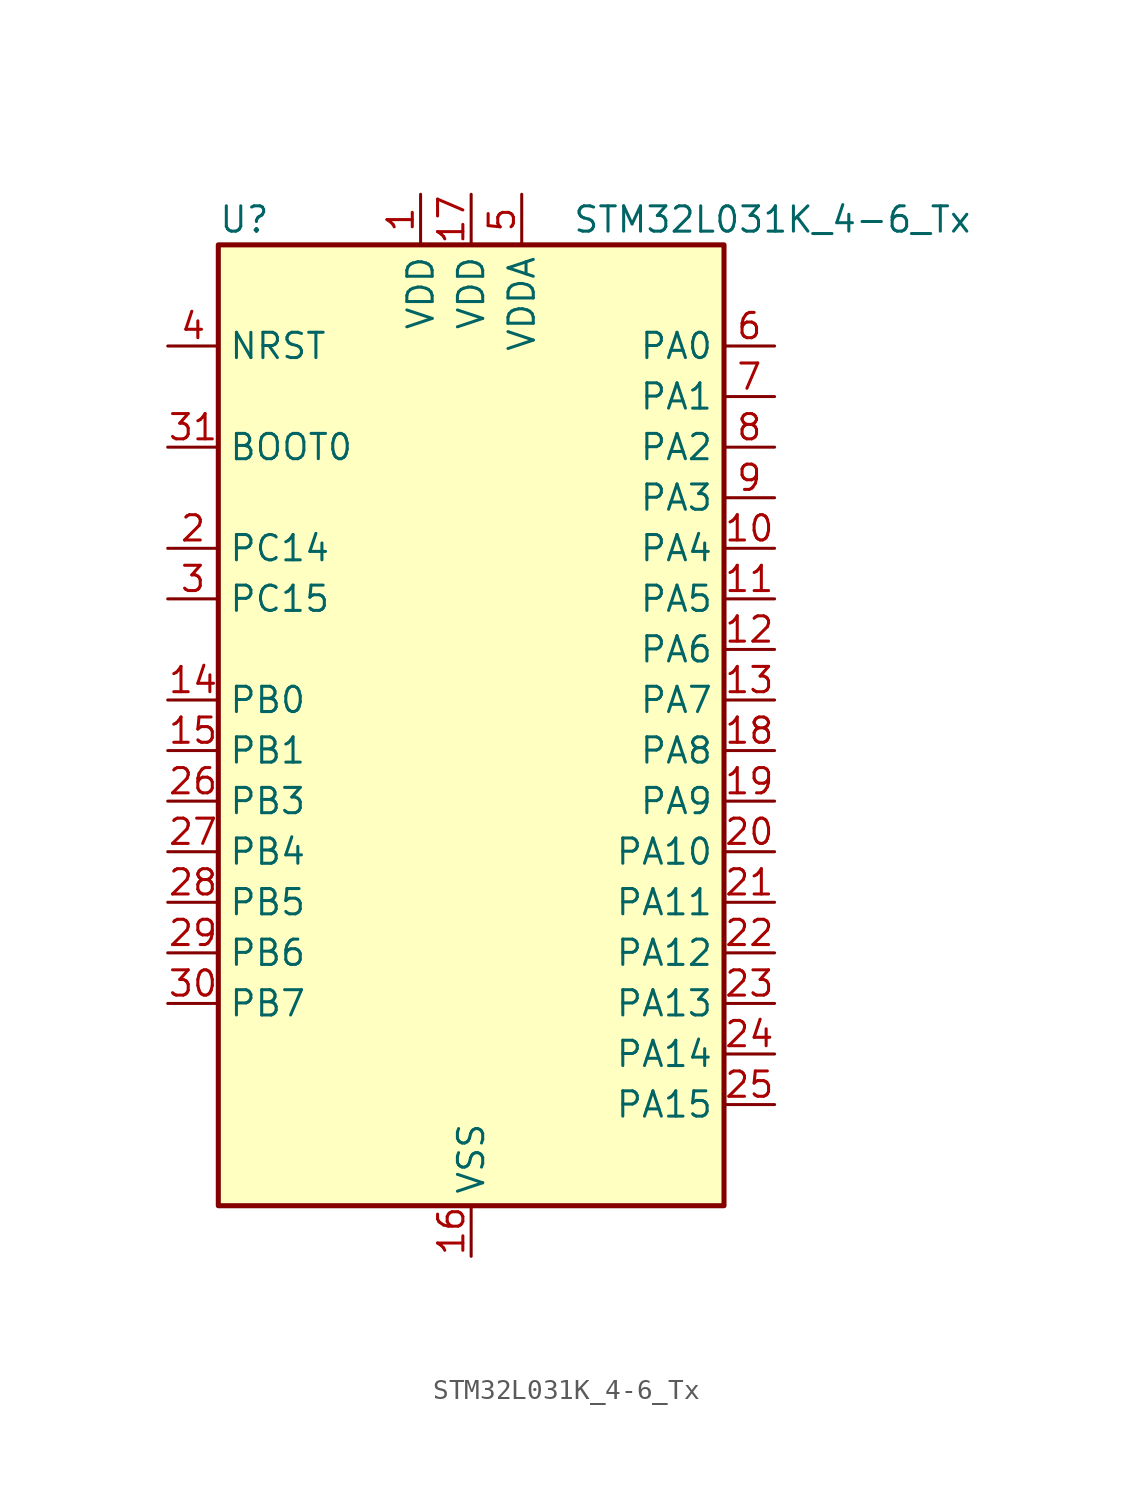
<source format=kicad_sym>
(kicad_symbol_lib
  (version 20241209)
  (generator "kicad_symbol_editor")
  (generator_version "9.0")
  (symbol "STM32L031K_4-6_Tx"
    (property "Reference" "U"
      (at -12.7 26.67 0)
      (effects (font (size 1.27 1.27)) (justify left)))
    (property "Value" "STM32L031K_4-6_Tx"
      (at 5.08 26.67 0)
      (effects (font (size 1.27 1.27)) (justify left)))
    (symbol "STM32L031K_4-6_Tx_0_1"
      (rectangle (start -12.7 -22.86) (end 12.7 25.4) (stroke (width 0.254) (type default)) (fill (type background))))
    (symbol "STM32L031K_4-6_Tx_1_1"
      (pin input line (at -15.24 20.32 0) (length 2.54) (name "NRST" (effects (font (size 1.27 1.27)))) (number "4" (effects (font (size 1.27 1.27)))))
      (pin input line (at -15.24 15.24 0) (length 2.54) (name "BOOT0" (effects (font (size 1.27 1.27)))) (number "31" (effects (font (size 1.27 1.27)))))
      (pin bidirectional line (at -15.24 10.16 0) (length 2.54) (name "PC14" (effects (font (size 1.27 1.27)))) (number "2" (effects (font (size 1.27 1.27)))) (alternate "RCC_OSC32_IN" bidirectional line))
      (pin bidirectional line (at -15.24 7.62 0) (length 2.54) (name "PC15" (effects (font (size 1.27 1.27)))) (number "3" (effects (font (size 1.27 1.27)))) (alternate "RCC_OSC32_OUT" bidirectional line))
      (pin bidirectional line (at -15.24 2.54 0) (length 2.54) (name "PB0" (effects (font (size 1.27 1.27)))) (number "14" (effects (font (size 1.27 1.27)))) (alternate "ADC_IN8" bidirectional line) (alternate "SPI1_MISO" bidirectional line) (alternate "SYS_VREF_OUT_PB0" bidirectional line) (alternate "TIM2_CH3" bidirectional line) (alternate "USART2_DE" bidirectional line) (alternate "USART2_RTS" bidirectional line))
      (pin bidirectional line (at -15.24 0 0) (length 2.54) (name "PB1" (effects (font (size 1.27 1.27)))) (number "15" (effects (font (size 1.27 1.27)))) (alternate "ADC_IN9" bidirectional line) (alternate "LPUART1_DE" bidirectional line) (alternate "LPUART1_RTS" bidirectional line) (alternate "SPI1_MOSI" bidirectional line) (alternate "SYS_VREF_OUT_PB1" bidirectional line) (alternate "TIM2_CH4" bidirectional line) (alternate "USART2_CK" bidirectional line))
      (pin bidirectional line (at -15.24 -2.54 0) (length 2.54) (name "PB3" (effects (font (size 1.27 1.27)))) (number "26" (effects (font (size 1.27 1.27)))) (alternate "COMP2_INM" bidirectional line) (alternate "SPI1_SCK" bidirectional line) (alternate "TIM2_CH2" bidirectional line))
      (pin bidirectional line (at -15.24 -5.08 0) (length 2.54) (name "PB4" (effects (font (size 1.27 1.27)))) (number "27" (effects (font (size 1.27 1.27)))) (alternate "COMP2_INP" bidirectional line) (alternate "SPI1_MISO" bidirectional line) (alternate "TIM22_CH1" bidirectional line))
      (pin bidirectional line (at -15.24 -7.62 0) (length 2.54) (name "PB5" (effects (font (size 1.27 1.27)))) (number "28" (effects (font (size 1.27 1.27)))) (alternate "COMP2_INP" bidirectional line) (alternate "I2C1_SMBA" bidirectional line) (alternate "LPTIM1_IN1" bidirectional line) (alternate "SPI1_MOSI" bidirectional line) (alternate "TIM22_CH2" bidirectional line))
      (pin bidirectional line (at -15.24 -10.16 0) (length 2.54) (name "PB6" (effects (font (size 1.27 1.27)))) (number "29" (effects (font (size 1.27 1.27)))) (alternate "COMP2_INP" bidirectional line) (alternate "I2C1_SCL" bidirectional line) (alternate "LPTIM1_ETR" bidirectional line) (alternate "TIM21_CH1" bidirectional line) (alternate "USART2_TX" bidirectional line))
      (pin bidirectional line (at -15.24 -12.7 0) (length 2.54) (name "PB7" (effects (font (size 1.27 1.27)))) (number "30" (effects (font (size 1.27 1.27)))) (alternate "COMP2_INP" bidirectional line) (alternate "I2C1_SDA" bidirectional line) (alternate "LPTIM1_IN2" bidirectional line) (alternate "SYS_PVD_IN" bidirectional line) (alternate "USART2_RX" bidirectional line))
      (pin power_in line (at -2.54 27.94 270) (length 2.54) (name "VDD" (effects (font (size 1.27 1.27)))) (number "1" (effects (font (size 1.27 1.27)))))
      (pin power_in line (at 0 27.94 270) (length 2.54) (name "VDD" (effects (font (size 1.27 1.27)))) (number "17" (effects (font (size 1.27 1.27)))))
      (pin power_in line (at 0 -25.4 90) (length 2.54) (name "VSS" (effects (font (size 1.27 1.27)))) (number "16" (effects (font (size 1.27 1.27)))))
      (pin passive line (at 0 -25.4 90) (length 2.54) (hide yes) (name "VSS" (effects (font (size 1.27 1.27)))) (number "32" (effects (font (size 1.27 1.27)))))
      (pin power_in line (at 2.54 27.94 270) (length 2.54) (name "VDDA" (effects (font (size 1.27 1.27)))) (number "5" (effects (font (size 1.27 1.27)))))
      (pin bidirectional line (at 15.24 20.32 180) (length 2.54) (name "PA0" (effects (font (size 1.27 1.27)))) (number "6" (effects (font (size 1.27 1.27)))) (alternate "ADC_IN0" bidirectional line) (alternate "COMP1_INM" bidirectional line) (alternate "COMP1_OUT" bidirectional line) (alternate "LPTIM1_IN1" bidirectional line) (alternate "RCC_CK_IN" bidirectional line) (alternate "RTC_TAMP2" bidirectional line) (alternate "SYS_WKUP1" bidirectional line) (alternate "TIM2_CH1" bidirectional line) (alternate "TIM2_ETR" bidirectional line) (alternate "USART2_CTS" bidirectional line))
      (pin bidirectional line (at 15.24 17.78 180) (length 2.54) (name "PA1" (effects (font (size 1.27 1.27)))) (number "7" (effects (font (size 1.27 1.27)))) (alternate "ADC_IN1" bidirectional line) (alternate "COMP1_INP" bidirectional line) (alternate "I2C1_SMBA" bidirectional line) (alternate "LPTIM1_IN2" bidirectional line) (alternate "TIM21_ETR" bidirectional line) (alternate "TIM2_CH2" bidirectional line) (alternate "USART2_DE" bidirectional line) (alternate "USART2_RTS" bidirectional line))
      (pin bidirectional line (at 15.24 15.24 180) (length 2.54) (name "PA2" (effects (font (size 1.27 1.27)))) (number "8" (effects (font (size 1.27 1.27)))) (alternate "ADC_IN2" bidirectional line) (alternate "COMP2_INM" bidirectional line) (alternate "COMP2_OUT" bidirectional line) (alternate "LPUART1_TX" bidirectional line) (alternate "RTC_OUT_ALARM" bidirectional line) (alternate "RTC_OUT_CALIB" bidirectional line) (alternate "RTC_TAMP3" bidirectional line) (alternate "RTC_TS" bidirectional line) (alternate "SYS_WKUP3" bidirectional line) (alternate "TIM21_CH1" bidirectional line) (alternate "TIM2_CH3" bidirectional line) (alternate "USART2_TX" bidirectional line))
      (pin bidirectional line (at 15.24 12.7 180) (length 2.54) (name "PA3" (effects (font (size 1.27 1.27)))) (number "9" (effects (font (size 1.27 1.27)))) (alternate "ADC_IN3" bidirectional line) (alternate "COMP2_INP" bidirectional line) (alternate "LPUART1_RX" bidirectional line) (alternate "TIM21_CH2" bidirectional line) (alternate "TIM2_CH4" bidirectional line) (alternate "USART2_RX" bidirectional line))
      (pin bidirectional line (at 15.24 10.16 180) (length 2.54) (name "PA4" (effects (font (size 1.27 1.27)))) (number "10" (effects (font (size 1.27 1.27)))) (alternate "ADC_IN4" bidirectional line) (alternate "COMP1_INM" bidirectional line) (alternate "COMP2_INM" bidirectional line) (alternate "LPTIM1_IN1" bidirectional line) (alternate "SPI1_NSS" bidirectional line) (alternate "TIM22_ETR" bidirectional line) (alternate "USART2_CK" bidirectional line))
      (pin bidirectional line (at 15.24 7.62 180) (length 2.54) (name "PA5" (effects (font (size 1.27 1.27)))) (number "11" (effects (font (size 1.27 1.27)))) (alternate "ADC_IN5" bidirectional line) (alternate "COMP1_INM" bidirectional line) (alternate "COMP2_INM" bidirectional line) (alternate "LPTIM1_IN2" bidirectional line) (alternate "SPI1_SCK" bidirectional line) (alternate "TIM2_CH1" bidirectional line) (alternate "TIM2_ETR" bidirectional line))
      (pin bidirectional line (at 15.24 5.08 180) (length 2.54) (name "PA6" (effects (font (size 1.27 1.27)))) (number "12" (effects (font (size 1.27 1.27)))) (alternate "ADC_IN6" bidirectional line) (alternate "COMP1_OUT" bidirectional line) (alternate "LPTIM1_ETR" bidirectional line) (alternate "LPUART1_CTS" bidirectional line) (alternate "SPI1_MISO" bidirectional line) (alternate "TIM22_CH1" bidirectional line))
      (pin bidirectional line (at 15.24 2.54 180) (length 2.54) (name "PA7" (effects (font (size 1.27 1.27)))) (number "13" (effects (font (size 1.27 1.27)))) (alternate "ADC_IN7" bidirectional line) (alternate "COMP2_OUT" bidirectional line) (alternate "LPTIM1_OUT" bidirectional line) (alternate "SPI1_MOSI" bidirectional line) (alternate "TIM22_CH2" bidirectional line) (alternate "USART2_CTS" bidirectional line))
      (pin bidirectional line (at 15.24 0 180) (length 2.54) (name "PA8" (effects (font (size 1.27 1.27)))) (number "18" (effects (font (size 1.27 1.27)))) (alternate "LPTIM1_IN1" bidirectional line) (alternate "RCC_MCO" bidirectional line) (alternate "TIM2_CH1" bidirectional line) (alternate "USART2_CK" bidirectional line))
      (pin bidirectional line (at 15.24 -2.54 180) (length 2.54) (name "PA9" (effects (font (size 1.27 1.27)))) (number "19" (effects (font (size 1.27 1.27)))) (alternate "I2C1_SCL" bidirectional line) (alternate "RCC_MCO" bidirectional line) (alternate "TIM22_CH1" bidirectional line) (alternate "USART2_TX" bidirectional line))
      (pin bidirectional line (at 15.24 -5.08 180) (length 2.54) (name "PA10" (effects (font (size 1.27 1.27)))) (number "20" (effects (font (size 1.27 1.27)))) (alternate "I2C1_SDA" bidirectional line) (alternate "TIM22_CH2" bidirectional line) (alternate "USART2_RX" bidirectional line))
      (pin bidirectional line (at 15.24 -7.62 180) (length 2.54) (name "PA11" (effects (font (size 1.27 1.27)))) (number "21" (effects (font (size 1.27 1.27)))) (alternate "ADC_EXTI11" bidirectional line) (alternate "COMP1_OUT" bidirectional line) (alternate "SPI1_MISO" bidirectional line) (alternate "TIM21_CH2" bidirectional line) (alternate "USART2_CTS" bidirectional line))
      (pin bidirectional line (at 15.24 -10.16 180) (length 2.54) (name "PA12" (effects (font (size 1.27 1.27)))) (number "22" (effects (font (size 1.27 1.27)))) (alternate "COMP2_OUT" bidirectional line) (alternate "SPI1_MOSI" bidirectional line) (alternate "USART2_DE" bidirectional line) (alternate "USART2_RTS" bidirectional line))
      (pin bidirectional line (at 15.24 -12.7 180) (length 2.54) (name "PA13" (effects (font (size 1.27 1.27)))) (number "23" (effects (font (size 1.27 1.27)))) (alternate "LPTIM1_ETR" bidirectional line) (alternate "LPUART1_RX" bidirectional line) (alternate "SYS_SWDIO" bidirectional line))
      (pin bidirectional line (at 15.24 -15.24 180) (length 2.54) (name "PA14" (effects (font (size 1.27 1.27)))) (number "24" (effects (font (size 1.27 1.27)))) (alternate "I2C1_SMBA" bidirectional line) (alternate "LPTIM1_OUT" bidirectional line) (alternate "LPUART1_TX" bidirectional line) (alternate "SYS_SWCLK" bidirectional line) (alternate "USART2_TX" bidirectional line))
      (pin bidirectional line (at 15.24 -17.78 180) (length 2.54) (name "PA15" (effects (font (size 1.27 1.27)))) (number "25" (effects (font (size 1.27 1.27)))) (alternate "SPI1_NSS" bidirectional line) (alternate "TIM2_CH1" bidirectional line) (alternate "TIM2_ETR" bidirectional line) (alternate "USART2_RX" bidirectional line)))))
</source>
